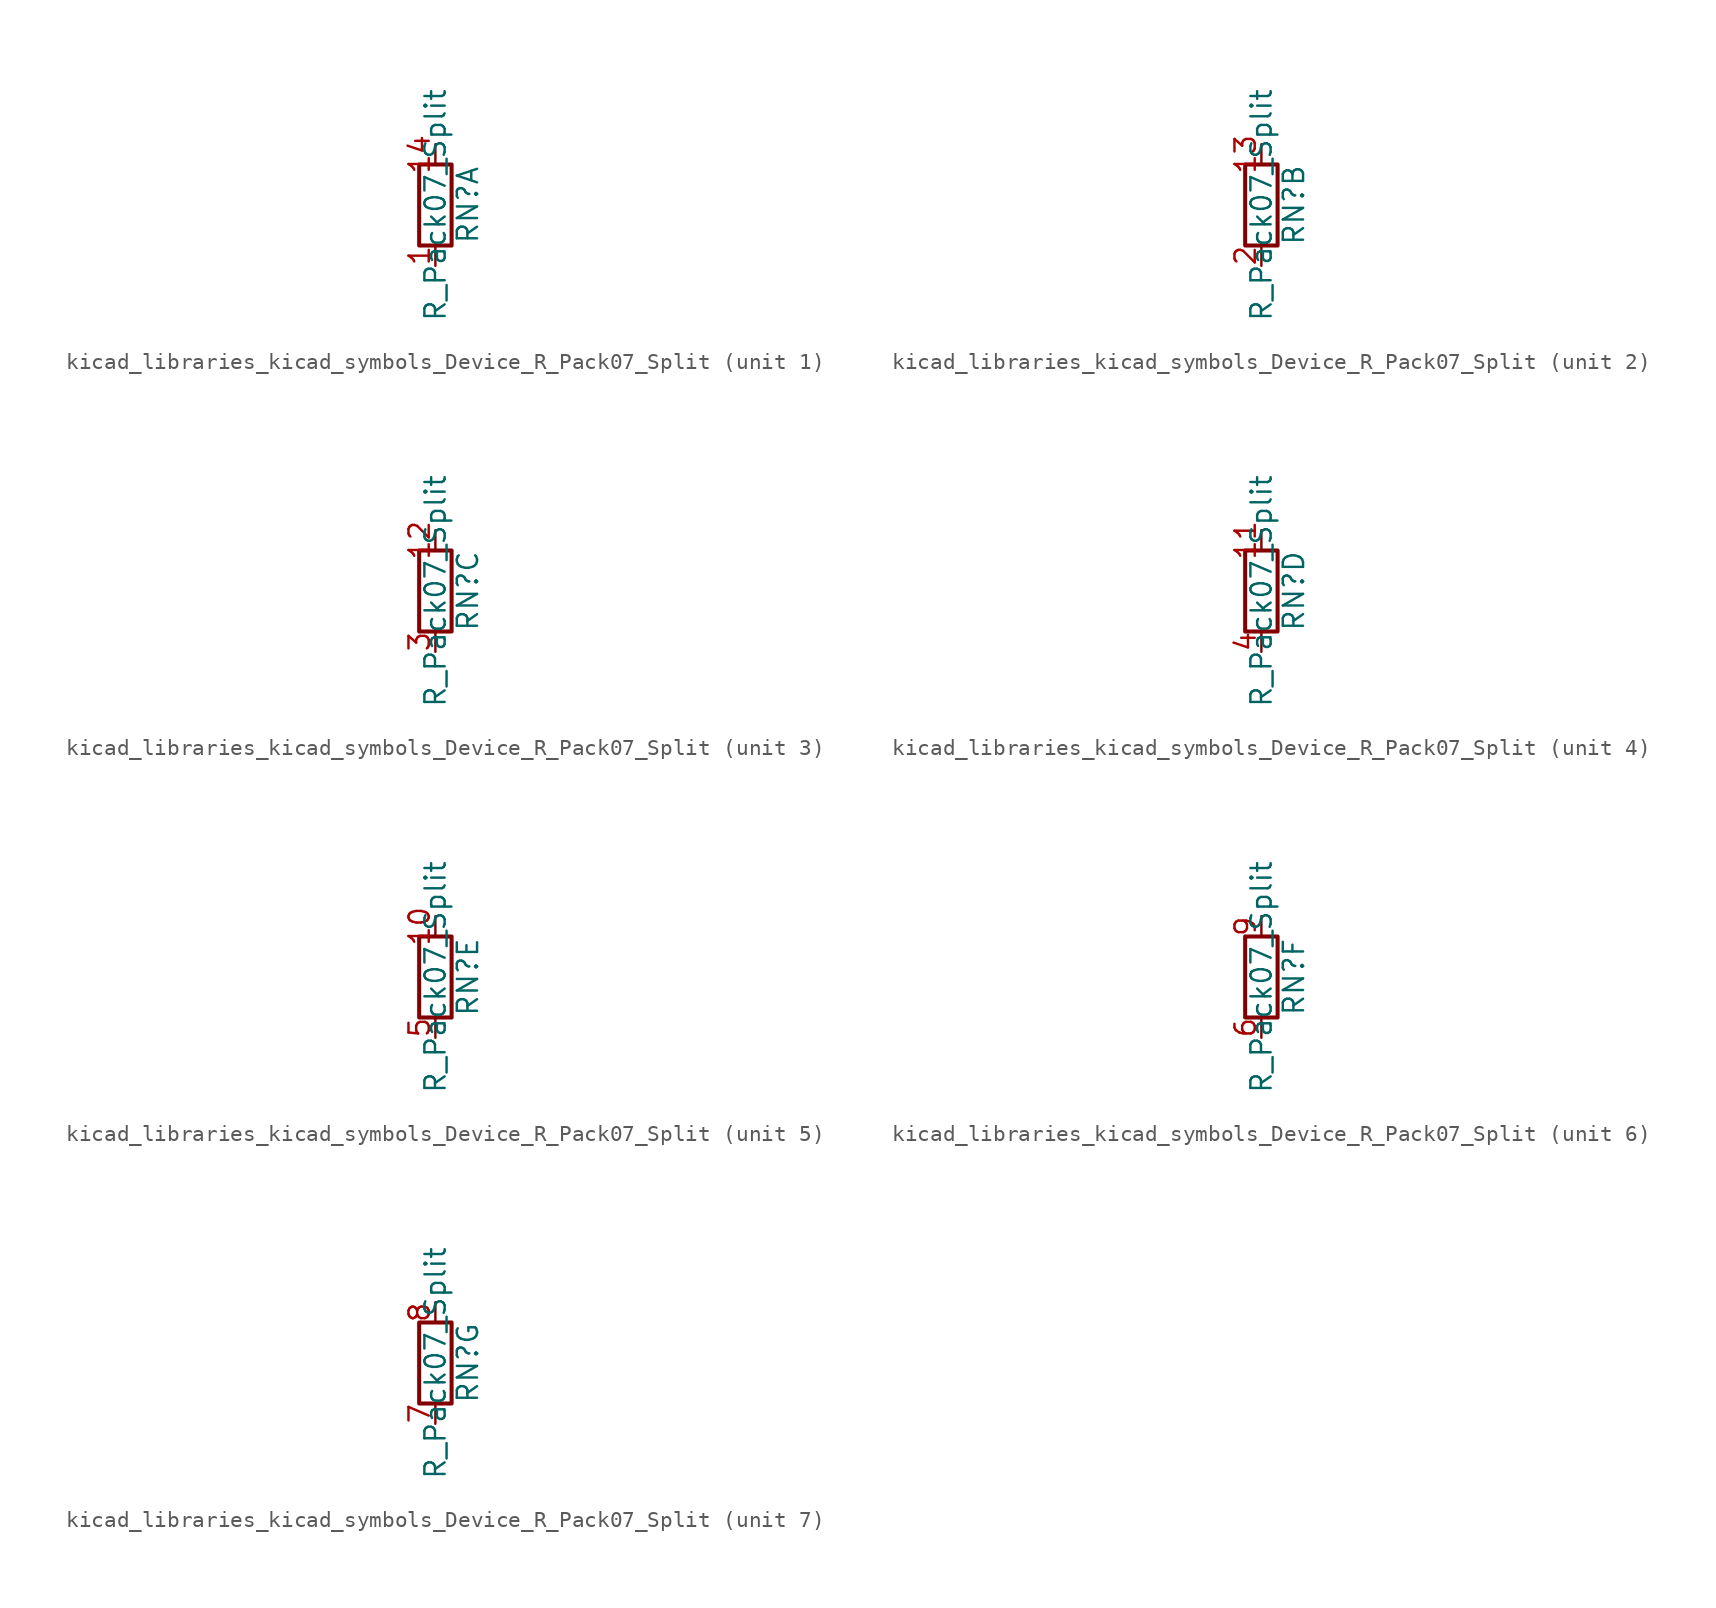
<source format=kicad_sym>
(kicad_symbol_lib
  (version 20220914)
  (generator kicad_symbol_editor)
  (symbol "kicad_libraries_kicad_symbols_Device_R_Pack07_Split"
    (pin_names
      (offset 0) hide)
    (property "Reference" "RN"
      (at 2.032 0 90)
      (effects (font (size 1.27 1.27))))
    (property "Value" "R_Pack07_Split"
      (at 0 0 90)
      (effects (font (size 1.27 1.27))))
    (symbol "kicad_libraries_kicad_symbols_Device_R_Pack07_Split_0_1"
      (rectangle (start 1.016 2.54) (end -1.016 -2.54) (stroke (width 0.254) (type default)) (fill (type none))))
    (symbol "kicad_libraries_kicad_symbols_Device_R_Pack07_Split_1_1"
      (pin passive line (at 0 -3.81 90) (length 1.27) (name "R1.1" (effects (font (size 1.27 1.27)))) (number "1" (effects (font (size 1.27 1.27)))))
      (pin passive line (at 0 3.81 270) (length 1.27) (name "R1.2" (effects (font (size 1.27 1.27)))) (number "14" (effects (font (size 1.27 1.27))))))
    (symbol "kicad_libraries_kicad_symbols_Device_R_Pack07_Split_2_1"
      (pin passive line (at 0 3.81 270) (length 1.27) (name "R2.2" (effects (font (size 1.27 1.27)))) (number "13" (effects (font (size 1.27 1.27)))))
      (pin passive line (at 0 -3.81 90) (length 1.27) (name "R2.1" (effects (font (size 1.27 1.27)))) (number "2" (effects (font (size 1.27 1.27))))))
    (symbol "kicad_libraries_kicad_symbols_Device_R_Pack07_Split_3_1"
      (pin passive line (at 0 3.81 270) (length 1.27) (name "R3.2" (effects (font (size 1.27 1.27)))) (number "12" (effects (font (size 1.27 1.27)))))
      (pin passive line (at 0 -3.81 90) (length 1.27) (name "R3.1" (effects (font (size 1.27 1.27)))) (number "3" (effects (font (size 1.27 1.27))))))
    (symbol "kicad_libraries_kicad_symbols_Device_R_Pack07_Split_4_1"
      (pin passive line (at 0 3.81 270) (length 1.27) (name "R4.2" (effects (font (size 1.27 1.27)))) (number "11" (effects (font (size 1.27 1.27)))))
      (pin passive line (at 0 -3.81 90) (length 1.27) (name "R4.1" (effects (font (size 1.27 1.27)))) (number "4" (effects (font (size 1.27 1.27))))))
    (symbol "kicad_libraries_kicad_symbols_Device_R_Pack07_Split_5_1"
      (pin passive line (at 0 3.81 270) (length 1.27) (name "R5.2" (effects (font (size 1.27 1.27)))) (number "10" (effects (font (size 1.27 1.27)))))
      (pin passive line (at 0 -3.81 90) (length 1.27) (name "R5.1" (effects (font (size 1.27 1.27)))) (number "5" (effects (font (size 1.27 1.27))))))
    (symbol "kicad_libraries_kicad_symbols_Device_R_Pack07_Split_6_1"
      (pin passive line (at 0 -3.81 90) (length 1.27) (name "R6.1" (effects (font (size 1.27 1.27)))) (number "6" (effects (font (size 1.27 1.27)))))
      (pin passive line (at 0 3.81 270) (length 1.27) (name "R6.2" (effects (font (size 1.27 1.27)))) (number "9" (effects (font (size 1.27 1.27))))))
    (symbol "kicad_libraries_kicad_symbols_Device_R_Pack07_Split_7_1"
      (pin passive line (at 0 -3.81 90) (length 1.27) (name "R7.1" (effects (font (size 1.27 1.27)))) (number "7" (effects (font (size 1.27 1.27)))))
      (pin passive line (at 0 3.81 270) (length 1.27) (name "R7.2" (effects (font (size 1.27 1.27)))) (number "8" (effects (font (size 1.27 1.27))))))))
</source>
